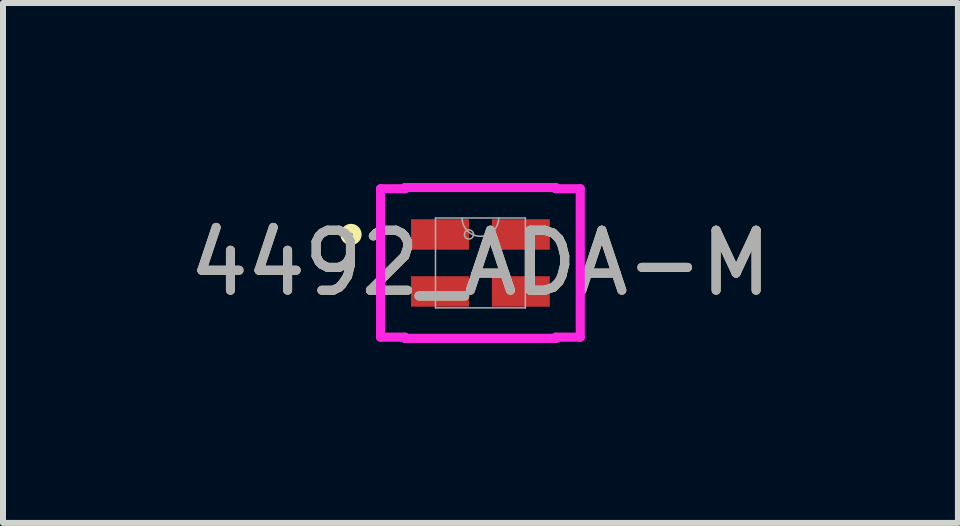
<source format=kicad_pcb>
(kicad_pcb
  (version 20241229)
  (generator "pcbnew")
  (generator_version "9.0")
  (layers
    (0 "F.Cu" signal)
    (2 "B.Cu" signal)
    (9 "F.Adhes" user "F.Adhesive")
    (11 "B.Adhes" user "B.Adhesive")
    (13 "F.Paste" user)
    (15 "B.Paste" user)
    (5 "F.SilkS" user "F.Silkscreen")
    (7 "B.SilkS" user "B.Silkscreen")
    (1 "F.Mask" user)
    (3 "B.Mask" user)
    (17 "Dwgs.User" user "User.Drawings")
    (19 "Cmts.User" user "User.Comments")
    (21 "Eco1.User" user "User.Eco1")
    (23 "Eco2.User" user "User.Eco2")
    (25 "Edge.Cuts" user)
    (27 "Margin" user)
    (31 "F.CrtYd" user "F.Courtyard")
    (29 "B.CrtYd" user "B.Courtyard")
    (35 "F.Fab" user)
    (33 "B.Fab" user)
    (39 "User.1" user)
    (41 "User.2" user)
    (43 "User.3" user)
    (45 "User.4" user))
  (footprint "4492_ADA-M"
    (layer "F.Cu")
    (at 4.958 1.333)
    (property "Reference" "4492_ADA-M" (at 0 0 0) (unlocked yes) (layer "F.SilkS") (effects (font (size 1 1) (thickness 0.15))))
    (attr smd)
    (fp_circle (center -2.157 -0.475) (end -2.056 -0.475) (stroke (width 0.152) (type solid)) (fill no) (layer "F.SilkS"))
    (fp_line (start -1.664 -1.237) (end -1.257 -1.237) (stroke (width 0.152) (type solid)) (layer "F.CrtYd"))
    (fp_line (start -1.664 1.237) (end -1.664 -1.237) (stroke (width 0.152) (type solid)) (layer "F.CrtYd"))
    (fp_line (start -1.664 1.237) (end -1.257 1.237) (stroke (width 0.152) (type solid)) (layer "F.CrtYd"))
    (fp_line (start -1.257 -1.257) (end 1.257 -1.257) (stroke (width 0.152) (type solid)) (layer "F.CrtYd"))
    (fp_line (start -1.257 -1.237) (end -1.257 -1.257) (stroke (width 0.152) (type solid)) (layer "F.CrtYd"))
    (fp_line (start -1.257 1.257) (end -1.257 1.237) (stroke (width 0.152) (type solid)) (layer "F.CrtYd"))
    (fp_line (start 1.257 -1.257) (end 1.257 -1.237) (stroke (width 0.152) (type solid)) (layer "F.CrtYd"))
    (fp_line (start 1.257 1.237) (end 1.257 1.257) (stroke (width 0.152) (type solid)) (layer "F.CrtYd"))
    (fp_line (start 1.257 1.257) (end -1.257 1.257) (stroke (width 0.152) (type solid)) (layer "F.CrtYd"))
    (fp_line (start 1.664 -1.237) (end 1.257 -1.237) (stroke (width 0.152) (type solid)) (layer "F.CrtYd"))
    (fp_line (start 1.664 -1.237) (end 1.664 1.237) (stroke (width 0.152) (type solid)) (layer "F.CrtYd"))
    (fp_line (start 1.664 1.237) (end 1.257 1.237) (stroke (width 0.152) (type solid)) (layer "F.CrtYd"))
    (fp_line (start -0.749 -0.749) (end -0.749 0.749) (stroke (width 0.025) (type solid)) (layer "F.Fab"))
    (fp_line (start -0.749 0.749) (end 0.749 0.749) (stroke (width 0.025) (type solid)) (layer "F.Fab"))
    (fp_line (start 0.749 -0.749) (end -0.749 -0.749) (stroke (width 0.025) (type solid)) (layer "F.Fab"))
    (fp_line (start 0.749 0.749) (end 0.749 -0.749) (stroke (width 0.025) (type solid)) (layer "F.Fab"))
    (fp_arc (start 0.3048 -0.7493) (mid 0 -0.4445) (end -0.3048 -0.7493) (stroke (width 0.0254) (type solid)) (layer "F.Fab"))
    (fp_circle (center -0.191 -0.475) (end -0.115 -0.475) (stroke (width 0.025) (type solid)) (fill no) (layer "F.Fab"))
    (fp_text user "${REFERENCE}" (at 0 0 0) (unlocked yes) (layer "F.Fab") (effects (font (size 1 1) (thickness 0.15))))
    (pad "1" smd rect (at -0.674 -0.475) (size 0.965 0.508) (layers "F.Cu" "F.Mask" "F.Paste"))
    (pad "2" smd rect (at -0.674 0.475) (size 0.965 0.508) (layers "F.Cu" "F.Mask" "F.Paste"))
    (pad "3" smd rect (at 0.674 0.475) (size 0.965 0.508) (layers "F.Cu" "F.Mask" "F.Paste"))
    (pad "4" smd rect (at 0.674 -0.475) (size 0.965 0.508) (layers "F.Cu" "F.Mask" "F.Paste")))
  (gr_rect
    (start -3 -3)
    (end 12.917 5.667)
    (stroke (width 0.1) (type default))
    (fill no)
    (layer "Edge.Cuts")))
</source>
